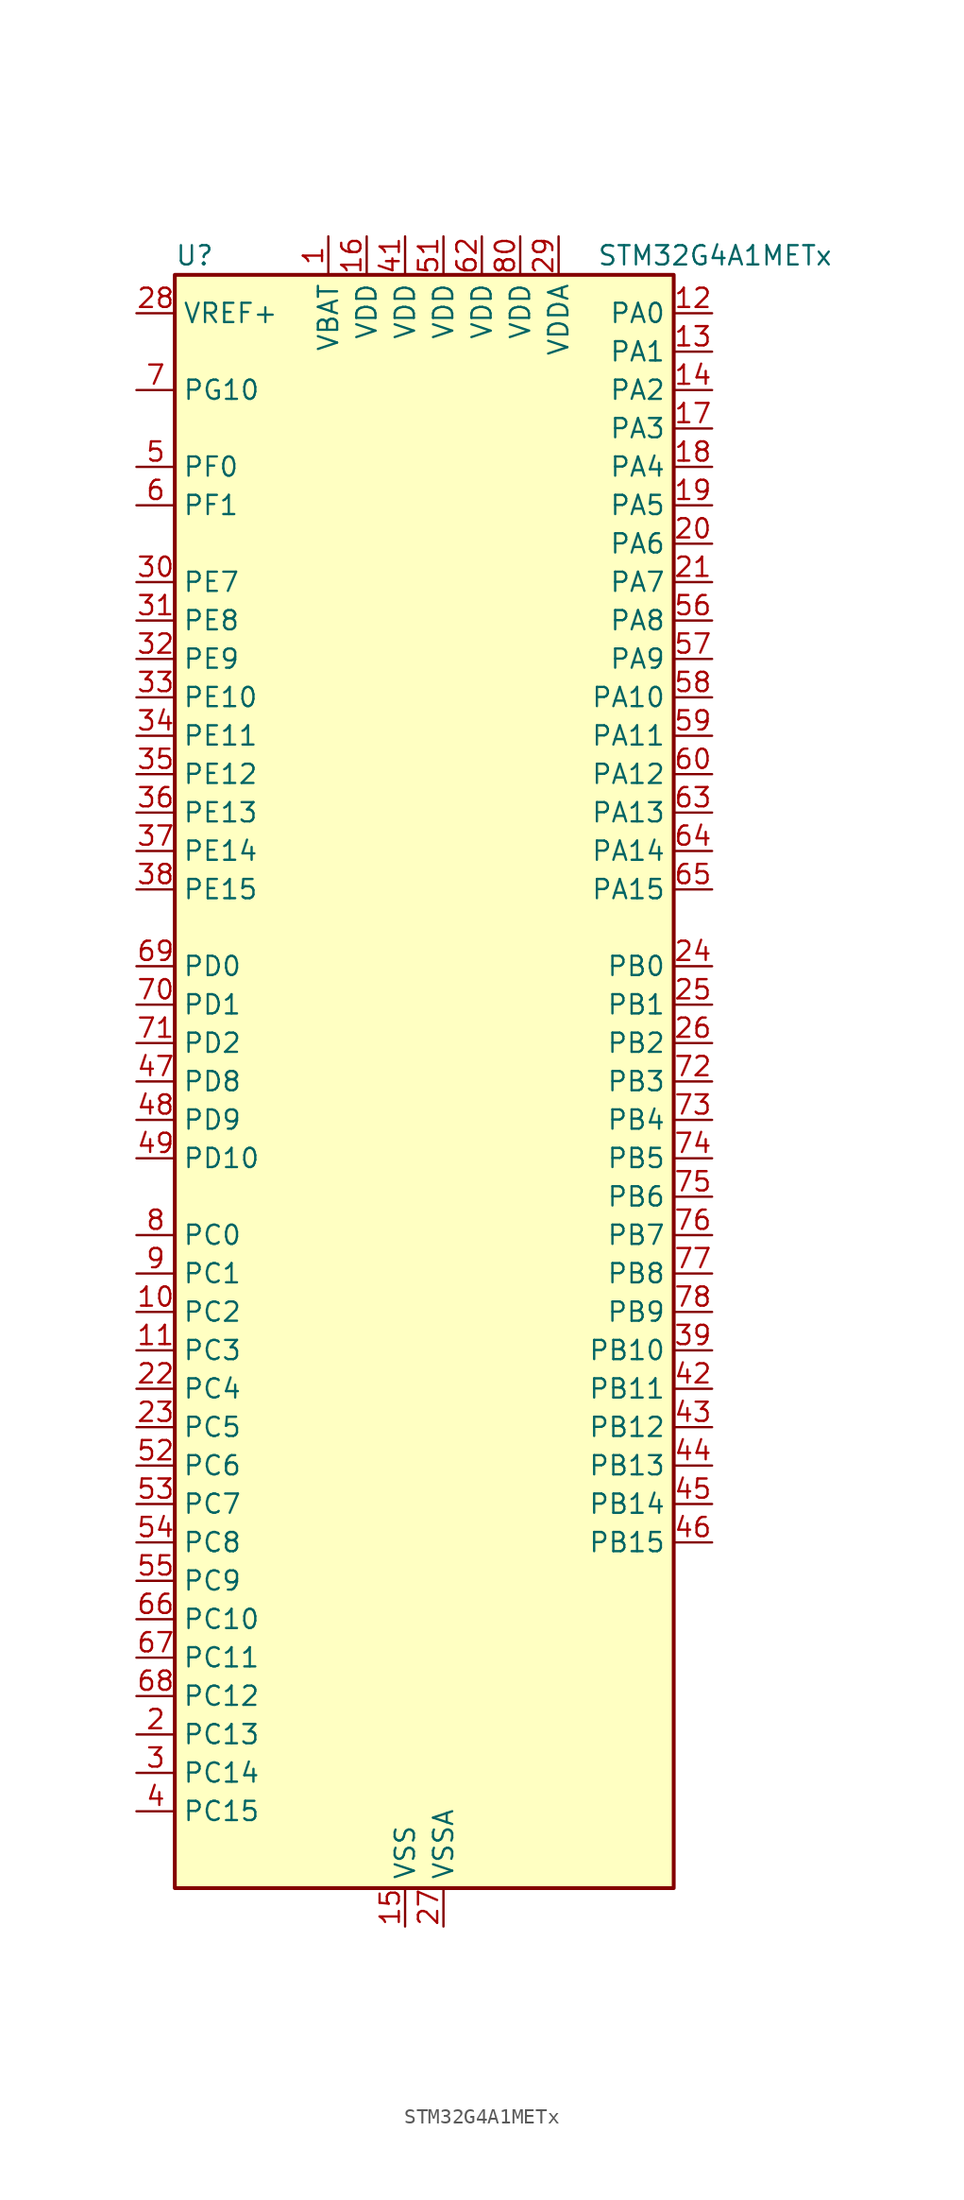
<source format=kicad_sym>
(kicad_symbol_lib
  (version 20220914)
  (generator kicad_symbol_editor)
  (symbol "STM32G4A1METx"
    (property "Reference" "U"
      (at -15.24 54.61 0)
      (effects (font (size 1.27 1.27)) (justify left)))
    (property "Value" "STM32G4A1METx"
      (at 12.7 54.61 0)
      (effects (font (size 1.27 1.27)) (justify left)))
    (property "ki_locked" ""
      (at 0 0 0)
      (effects (font (size 1.27 1.27))))
    (symbol "STM32G4A1METx_0_1"
      (rectangle (start -15.24 -53.34) (end 17.78 53.34) (stroke (width 0.254) (type default)) (fill (type background))))
    (symbol "STM32G4A1METx_1_1"
      (pin power_in line (at -5.08 55.88 270) (length 2.54) (name "VBAT" (effects (font (size 1.27 1.27)))) (number "1" (effects (font (size 1.27 1.27)))))
      (pin bidirectional line (at -17.78 -15.24 0) (length 2.54) (name "PC2" (effects (font (size 1.27 1.27)))) (number "10" (effects (font (size 1.27 1.27)))) (alternate "ADC1_IN8" bidirectional line) (alternate "ADC2_IN8" bidirectional line) (alternate "ADC3_EXTI2" bidirectional line) (alternate "COMP3_OUT" bidirectional line) (alternate "LPTIM1_IN2" bidirectional line) (alternate "QUADSPI1_BK2_IO1" bidirectional line) (alternate "TIM1_CH3" bidirectional line) (alternate "TIM20_CH2" bidirectional line))
      (pin bidirectional line (at -17.78 -17.78 0) (length 2.54) (name "PC3" (effects (font (size 1.27 1.27)))) (number "11" (effects (font (size 1.27 1.27)))) (alternate "ADC1_IN9" bidirectional line) (alternate "ADC2_IN9" bidirectional line) (alternate "ADC3_EXTI3" bidirectional line) (alternate "LPTIM1_ETR" bidirectional line) (alternate "QUADSPI1_BK2_IO2" bidirectional line) (alternate "SAI1_D1" bidirectional line) (alternate "SAI1_SD_A" bidirectional line) (alternate "TIM1_BKIN2" bidirectional line) (alternate "TIM1_CH4" bidirectional line))
      (pin bidirectional line (at 20.32 50.8 180) (length 2.54) (name "PA0" (effects (font (size 1.27 1.27)))) (number "12" (effects (font (size 1.27 1.27)))) (alternate "ADC1_IN1" bidirectional line) (alternate "ADC2_IN1" bidirectional line) (alternate "COMP1_INM" bidirectional line) (alternate "COMP1_OUT" bidirectional line) (alternate "COMP3_INP" bidirectional line) (alternate "RTC_TAMP2" bidirectional line) (alternate "SYS_WKUP1" bidirectional line) (alternate "TIM2_CH1" bidirectional line) (alternate "TIM2_ETR" bidirectional line) (alternate "TIM8_BKIN" bidirectional line) (alternate "TIM8_ETR" bidirectional line) (alternate "USART2_CTS" bidirectional line) (alternate "USART2_NSS" bidirectional line))
      (pin bidirectional line (at 20.32 48.26 180) (length 2.54) (name "PA1" (effects (font (size 1.27 1.27)))) (number "13" (effects (font (size 1.27 1.27)))) (alternate "ADC1_IN2" bidirectional line) (alternate "ADC2_IN2" bidirectional line) (alternate "COMP1_INP" bidirectional line) (alternate "OPAMP1_VINP" bidirectional line) (alternate "OPAMP1_VINP_SEC" bidirectional line) (alternate "OPAMP3_VINP" bidirectional line) (alternate "OPAMP3_VINP_SEC" bidirectional line) (alternate "OPAMP6_VINM" bidirectional line) (alternate "OPAMP6_VINM0" bidirectional line) (alternate "OPAMP6_VINM_SEC" bidirectional line) (alternate "RTC_REFIN" bidirectional line) (alternate "TIM15_CH1N" bidirectional line) (alternate "TIM2_CH2" bidirectional line) (alternate "USART2_DE" bidirectional line) (alternate "USART2_RTS" bidirectional line))
      (pin bidirectional line (at 20.32 45.72 180) (length 2.54) (name "PA2" (effects (font (size 1.27 1.27)))) (number "14" (effects (font (size 1.27 1.27)))) (alternate "ADC1_IN3" bidirectional line) (alternate "ADC3_EXTI2" bidirectional line) (alternate "COMP2_INM" bidirectional line) (alternate "COMP2_OUT" bidirectional line) (alternate "LPUART1_TX" bidirectional line) (alternate "OPAMP1_VOUT" bidirectional line) (alternate "QUADSPI1_BK1_NCS" bidirectional line) (alternate "RCC_LSCO" bidirectional line) (alternate "SYS_WKUP4" bidirectional line) (alternate "TIM15_CH1" bidirectional line) (alternate "TIM2_CH3" bidirectional line) (alternate "UCPD1_FRSTX1" bidirectional line) (alternate "UCPD1_FRSTX2" bidirectional line) (alternate "USART2_TX" bidirectional line))
      (pin power_in line (at 0 -55.88 90) (length 2.54) (name "VSS" (effects (font (size 1.27 1.27)))) (number "15" (effects (font (size 1.27 1.27)))))
      (pin power_in line (at -2.54 55.88 270) (length 2.54) (name "VDD" (effects (font (size 1.27 1.27)))) (number "16" (effects (font (size 1.27 1.27)))))
      (pin bidirectional line (at 20.32 43.18 180) (length 2.54) (name "PA3" (effects (font (size 1.27 1.27)))) (number "17" (effects (font (size 1.27 1.27)))) (alternate "ADC1_IN4" bidirectional line) (alternate "ADC3_EXTI3" bidirectional line) (alternate "COMP2_INP" bidirectional line) (alternate "LPUART1_RX" bidirectional line) (alternate "OPAMP1_VINM" bidirectional line) (alternate "OPAMP1_VINM0" bidirectional line) (alternate "OPAMP1_VINM_SEC" bidirectional line) (alternate "OPAMP1_VINP" bidirectional line) (alternate "OPAMP1_VINP_SEC" bidirectional line) (alternate "QUADSPI1_CLK" bidirectional line) (alternate "SAI1_CK1" bidirectional line) (alternate "SAI1_MCLK_A" bidirectional line) (alternate "TIM15_CH2" bidirectional line) (alternate "TIM2_CH4" bidirectional line) (alternate "USART2_RX" bidirectional line))
      (pin bidirectional line (at 20.32 40.64 180) (length 2.54) (name "PA4" (effects (font (size 1.27 1.27)))) (number "18" (effects (font (size 1.27 1.27)))) (alternate "ADC2_IN17" bidirectional line) (alternate "COMP1_INM" bidirectional line) (alternate "DAC1_OUT1" bidirectional line) (alternate "I2S3_WS" bidirectional line) (alternate "SAI1_FS_B" bidirectional line) (alternate "SPI1_NSS" bidirectional line) (alternate "SPI3_NSS" bidirectional line) (alternate "TIM3_CH2" bidirectional line) (alternate "USART2_CK" bidirectional line))
      (pin bidirectional line (at 20.32 38.1 180) (length 2.54) (name "PA5" (effects (font (size 1.27 1.27)))) (number "19" (effects (font (size 1.27 1.27)))) (alternate "ADC2_IN13" bidirectional line) (alternate "COMP2_INM" bidirectional line) (alternate "DAC1_OUT2" bidirectional line) (alternate "OPAMP2_VINM" bidirectional line) (alternate "OPAMP2_VINM0" bidirectional line) (alternate "OPAMP2_VINM_SEC" bidirectional line) (alternate "SPI1_SCK" bidirectional line) (alternate "TIM2_CH1" bidirectional line) (alternate "TIM2_ETR" bidirectional line) (alternate "UCPD1_FRSTX1" bidirectional line) (alternate "UCPD1_FRSTX2" bidirectional line))
      (pin bidirectional line (at -17.78 -43.18 0) (length 2.54) (name "PC13" (effects (font (size 1.27 1.27)))) (number "2" (effects (font (size 1.27 1.27)))) (alternate "RTC_OUT1" bidirectional line) (alternate "RTC_TAMP1" bidirectional line) (alternate "RTC_TS" bidirectional line) (alternate "SYS_WKUP2" bidirectional line) (alternate "TIM1_BKIN" bidirectional line) (alternate "TIM1_CH1N" bidirectional line) (alternate "TIM8_CH4N" bidirectional line))
      (pin bidirectional line (at 20.32 35.56 180) (length 2.54) (name "PA6" (effects (font (size 1.27 1.27)))) (number "20" (effects (font (size 1.27 1.27)))) (alternate "ADC2_IN3" bidirectional line) (alternate "COMP1_OUT" bidirectional line) (alternate "LPUART1_CTS" bidirectional line) (alternate "OPAMP2_VOUT" bidirectional line) (alternate "QUADSPI1_BK1_IO3" bidirectional line) (alternate "SPI1_MISO" bidirectional line) (alternate "TIM16_CH1" bidirectional line) (alternate "TIM1_BKIN" bidirectional line) (alternate "TIM3_CH1" bidirectional line) (alternate "TIM8_BKIN" bidirectional line))
      (pin bidirectional line (at 20.32 33.02 180) (length 2.54) (name "PA7" (effects (font (size 1.27 1.27)))) (number "21" (effects (font (size 1.27 1.27)))) (alternate "ADC2_IN4" bidirectional line) (alternate "COMP2_INP" bidirectional line) (alternate "COMP2_OUT" bidirectional line) (alternate "OPAMP1_VINP" bidirectional line) (alternate "OPAMP1_VINP_SEC" bidirectional line) (alternate "OPAMP2_VINP" bidirectional line) (alternate "OPAMP2_VINP_SEC" bidirectional line) (alternate "QUADSPI1_BK1_IO2" bidirectional line) (alternate "SPI1_MOSI" bidirectional line) (alternate "TIM17_CH1" bidirectional line) (alternate "TIM1_CH1N" bidirectional line) (alternate "TIM3_CH2" bidirectional line) (alternate "TIM8_CH1N" bidirectional line) (alternate "UCPD1_FRSTX1" bidirectional line) (alternate "UCPD1_FRSTX2" bidirectional line))
      (pin bidirectional line (at -17.78 -20.32 0) (length 2.54) (name "PC4" (effects (font (size 1.27 1.27)))) (number "22" (effects (font (size 1.27 1.27)))) (alternate "ADC2_IN5" bidirectional line) (alternate "I2C2_SCL" bidirectional line) (alternate "QUADSPI1_BK2_IO3" bidirectional line) (alternate "TIM1_ETR" bidirectional line) (alternate "USART1_TX" bidirectional line))
      (pin bidirectional line (at -17.78 -22.86 0) (length 2.54) (name "PC5" (effects (font (size 1.27 1.27)))) (number "23" (effects (font (size 1.27 1.27)))) (alternate "ADC2_IN11" bidirectional line) (alternate "OPAMP1_VINM" bidirectional line) (alternate "OPAMP1_VINM1" bidirectional line) (alternate "OPAMP1_VINM_SEC" bidirectional line) (alternate "OPAMP2_VINM" bidirectional line) (alternate "OPAMP2_VINM1" bidirectional line) (alternate "OPAMP2_VINM_SEC" bidirectional line) (alternate "SAI1_D3" bidirectional line) (alternate "SYS_WKUP5" bidirectional line) (alternate "TIM15_BKIN" bidirectional line) (alternate "TIM1_CH4N" bidirectional line) (alternate "USART1_RX" bidirectional line))
      (pin bidirectional line (at 20.32 7.62 180) (length 2.54) (name "PB0" (effects (font (size 1.27 1.27)))) (number "24" (effects (font (size 1.27 1.27)))) (alternate "ADC1_IN15" bidirectional line) (alternate "ADC3_IN12" bidirectional line) (alternate "COMP4_INP" bidirectional line) (alternate "OPAMP2_VINP" bidirectional line) (alternate "OPAMP2_VINP_SEC" bidirectional line) (alternate "OPAMP3_VINP" bidirectional line) (alternate "OPAMP3_VINP_SEC" bidirectional line) (alternate "QUADSPI1_BK1_IO1" bidirectional line) (alternate "TIM1_CH2N" bidirectional line) (alternate "TIM3_CH3" bidirectional line) (alternate "TIM8_CH2N" bidirectional line) (alternate "UCPD1_FRSTX1" bidirectional line) (alternate "UCPD1_FRSTX2" bidirectional line))
      (pin bidirectional line (at 20.32 5.08 180) (length 2.54) (name "PB1" (effects (font (size 1.27 1.27)))) (number "25" (effects (font (size 1.27 1.27)))) (alternate "ADC1_IN12" bidirectional line) (alternate "ADC3_IN1" bidirectional line) (alternate "COMP1_INP" bidirectional line) (alternate "COMP4_OUT" bidirectional line) (alternate "LPUART1_DE" bidirectional line) (alternate "LPUART1_RTS" bidirectional line) (alternate "OPAMP3_VOUT" bidirectional line) (alternate "OPAMP6_VINM" bidirectional line) (alternate "OPAMP6_VINM1" bidirectional line) (alternate "OPAMP6_VINM_SEC" bidirectional line) (alternate "QUADSPI1_BK1_IO0" bidirectional line) (alternate "TIM1_CH3N" bidirectional line) (alternate "TIM3_CH4" bidirectional line) (alternate "TIM8_CH3N" bidirectional line))
      (pin bidirectional line (at 20.32 2.54 180) (length 2.54) (name "PB2" (effects (font (size 1.27 1.27)))) (number "26" (effects (font (size 1.27 1.27)))) (alternate "ADC2_IN12" bidirectional line) (alternate "ADC3_EXTI2" bidirectional line) (alternate "COMP4_INM" bidirectional line) (alternate "I2C3_SMBA" bidirectional line) (alternate "LPTIM1_OUT" bidirectional line) (alternate "OPAMP3_VINM" bidirectional line) (alternate "OPAMP3_VINM0" bidirectional line) (alternate "OPAMP3_VINM_SEC" bidirectional line) (alternate "QUADSPI1_BK2_IO1" bidirectional line) (alternate "RTC_OUT2" bidirectional line) (alternate "TIM20_CH1" bidirectional line))
      (pin power_in line (at 2.54 -55.88 90) (length 2.54) (name "VSSA" (effects (font (size 1.27 1.27)))) (number "27" (effects (font (size 1.27 1.27)))))
      (pin input line (at -17.78 50.8 0) (length 2.54) (name "VREF+" (effects (font (size 1.27 1.27)))) (number "28" (effects (font (size 1.27 1.27)))) (alternate "VREFBUF_OUT" bidirectional line))
      (pin power_in line (at 10.16 55.88 270) (length 2.54) (name "VDDA" (effects (font (size 1.27 1.27)))) (number "29" (effects (font (size 1.27 1.27)))))
      (pin bidirectional line (at -17.78 -45.72 0) (length 2.54) (name "PC14" (effects (font (size 1.27 1.27)))) (number "3" (effects (font (size 1.27 1.27)))) (alternate "RCC_OSC32_IN" bidirectional line))
      (pin bidirectional line (at -17.78 33.02 0) (length 2.54) (name "PE7" (effects (font (size 1.27 1.27)))) (number "30" (effects (font (size 1.27 1.27)))) (alternate "ADC3_IN4" bidirectional line) (alternate "COMP4_INP" bidirectional line) (alternate "SAI1_SD_B" bidirectional line) (alternate "TIM1_ETR" bidirectional line))
      (pin bidirectional line (at -17.78 30.48 0) (length 2.54) (name "PE8" (effects (font (size 1.27 1.27)))) (number "31" (effects (font (size 1.27 1.27)))) (alternate "ADC3_IN6" bidirectional line) (alternate "COMP4_INM" bidirectional line) (alternate "SAI1_SCK_B" bidirectional line) (alternate "TIM1_CH1N" bidirectional line))
      (pin bidirectional line (at -17.78 27.94 0) (length 2.54) (name "PE9" (effects (font (size 1.27 1.27)))) (number "32" (effects (font (size 1.27 1.27)))) (alternate "ADC3_IN2" bidirectional line) (alternate "DAC1_EXTI9" bidirectional line) (alternate "DAC3_EXTI9" bidirectional line) (alternate "SAI1_FS_B" bidirectional line) (alternate "TIM1_CH1" bidirectional line))
      (pin bidirectional line (at -17.78 25.4 0) (length 2.54) (name "PE10" (effects (font (size 1.27 1.27)))) (number "33" (effects (font (size 1.27 1.27)))) (alternate "ADC3_IN14" bidirectional line) (alternate "DAC1_EXTI10" bidirectional line) (alternate "DAC3_EXTI10" bidirectional line) (alternate "QUADSPI1_CLK" bidirectional line) (alternate "SAI1_MCLK_B" bidirectional line) (alternate "TIM1_CH2N" bidirectional line))
      (pin bidirectional line (at -17.78 22.86 0) (length 2.54) (name "PE11" (effects (font (size 1.27 1.27)))) (number "34" (effects (font (size 1.27 1.27)))) (alternate "ADC1_EXTI11" bidirectional line) (alternate "ADC2_EXTI11" bidirectional line) (alternate "ADC3_IN15" bidirectional line) (alternate "QUADSPI1_BK1_NCS" bidirectional line) (alternate "TIM1_CH2" bidirectional line))
      (pin bidirectional line (at -17.78 20.32 0) (length 2.54) (name "PE12" (effects (font (size 1.27 1.27)))) (number "35" (effects (font (size 1.27 1.27)))) (alternate "ADC3_IN16" bidirectional line) (alternate "QUADSPI1_BK1_IO0" bidirectional line) (alternate "TIM1_CH3N" bidirectional line))
      (pin bidirectional line (at -17.78 17.78 0) (length 2.54) (name "PE13" (effects (font (size 1.27 1.27)))) (number "36" (effects (font (size 1.27 1.27)))) (alternate "ADC3_IN3" bidirectional line) (alternate "QUADSPI1_BK1_IO1" bidirectional line) (alternate "TIM1_CH3" bidirectional line))
      (pin bidirectional line (at -17.78 15.24 0) (length 2.54) (name "PE14" (effects (font (size 1.27 1.27)))) (number "37" (effects (font (size 1.27 1.27)))) (alternate "QUADSPI1_BK1_IO2" bidirectional line) (alternate "TIM1_BKIN2" bidirectional line) (alternate "TIM1_CH4" bidirectional line))
      (pin bidirectional line (at -17.78 12.7 0) (length 2.54) (name "PE15" (effects (font (size 1.27 1.27)))) (number "38" (effects (font (size 1.27 1.27)))) (alternate "ADC1_EXTI15" bidirectional line) (alternate "ADC2_EXTI15" bidirectional line) (alternate "QUADSPI1_BK1_IO3" bidirectional line) (alternate "TIM1_BKIN" bidirectional line) (alternate "TIM1_CH4N" bidirectional line) (alternate "USART3_RX" bidirectional line))
      (pin bidirectional line (at 20.32 -17.78 180) (length 2.54) (name "PB10" (effects (font (size 1.27 1.27)))) (number "39" (effects (font (size 1.27 1.27)))) (alternate "DAC1_EXTI10" bidirectional line) (alternate "DAC3_EXTI10" bidirectional line) (alternate "LPUART1_RX" bidirectional line) (alternate "OPAMP3_VINM" bidirectional line) (alternate "OPAMP3_VINM1" bidirectional line) (alternate "OPAMP3_VINM_SEC" bidirectional line) (alternate "QUADSPI1_CLK" bidirectional line) (alternate "SAI1_SCK_A" bidirectional line) (alternate "TIM1_BKIN" bidirectional line) (alternate "TIM2_CH3" bidirectional line) (alternate "USART3_TX" bidirectional line))
      (pin bidirectional line (at -17.78 -48.26 0) (length 2.54) (name "PC15" (effects (font (size 1.27 1.27)))) (number "4" (effects (font (size 1.27 1.27)))) (alternate "ADC1_EXTI15" bidirectional line) (alternate "ADC2_EXTI15" bidirectional line) (alternate "RCC_OSC32_OUT" bidirectional line))
      (pin passive line (at 0 -55.88 90) (length 2.54) hide (name "VSS" (effects (font (size 1.27 1.27)))) (number "40" (effects (font (size 1.27 1.27)))))
      (pin power_in line (at 0 55.88 270) (length 2.54) (name "VDD" (effects (font (size 1.27 1.27)))) (number "41" (effects (font (size 1.27 1.27)))))
      (pin bidirectional line (at 20.32 -20.32 180) (length 2.54) (name "PB11" (effects (font (size 1.27 1.27)))) (number "42" (effects (font (size 1.27 1.27)))) (alternate "ADC1_EXTI11" bidirectional line) (alternate "ADC1_IN14" bidirectional line) (alternate "ADC2_EXTI11" bidirectional line) (alternate "ADC2_IN14" bidirectional line) (alternate "LPUART1_TX" bidirectional line) (alternate "OPAMP6_VOUT" bidirectional line) (alternate "QUADSPI1_BK1_NCS" bidirectional line) (alternate "TIM2_CH4" bidirectional line) (alternate "USART3_RX" bidirectional line))
      (pin bidirectional line (at 20.32 -22.86 180) (length 2.54) (name "PB12" (effects (font (size 1.27 1.27)))) (number "43" (effects (font (size 1.27 1.27)))) (alternate "ADC1_IN11" bidirectional line) (alternate "FDCAN2_RX" bidirectional line) (alternate "I2C2_SMBA" bidirectional line) (alternate "I2S2_WS" bidirectional line) (alternate "LPUART1_DE" bidirectional line) (alternate "LPUART1_RTS" bidirectional line) (alternate "OPAMP6_VINP" bidirectional line) (alternate "OPAMP6_VINP_SEC" bidirectional line) (alternate "SPI2_NSS" bidirectional line) (alternate "TIM1_BKIN" bidirectional line) (alternate "USART3_CK" bidirectional line))
      (pin bidirectional line (at 20.32 -25.4 180) (length 2.54) (name "PB13" (effects (font (size 1.27 1.27)))) (number "44" (effects (font (size 1.27 1.27)))) (alternate "ADC3_IN5" bidirectional line) (alternate "FDCAN2_TX" bidirectional line) (alternate "I2S2_CK" bidirectional line) (alternate "LPUART1_CTS" bidirectional line) (alternate "OPAMP3_VINP" bidirectional line) (alternate "OPAMP3_VINP_SEC" bidirectional line) (alternate "OPAMP6_VINP" bidirectional line) (alternate "OPAMP6_VINP_SEC" bidirectional line) (alternate "SPI2_SCK" bidirectional line) (alternate "TIM1_CH1N" bidirectional line) (alternate "USART3_CTS" bidirectional line) (alternate "USART3_NSS" bidirectional line))
      (pin bidirectional line (at 20.32 -27.94 180) (length 2.54) (name "PB14" (effects (font (size 1.27 1.27)))) (number "45" (effects (font (size 1.27 1.27)))) (alternate "ADC1_IN5" bidirectional line) (alternate "COMP4_OUT" bidirectional line) (alternate "OPAMP2_VINP" bidirectional line) (alternate "OPAMP2_VINP_SEC" bidirectional line) (alternate "SPI2_MISO" bidirectional line) (alternate "TIM15_CH1" bidirectional line) (alternate "TIM1_CH2N" bidirectional line) (alternate "USART3_DE" bidirectional line) (alternate "USART3_RTS" bidirectional line))
      (pin bidirectional line (at 20.32 -30.48 180) (length 2.54) (name "PB15" (effects (font (size 1.27 1.27)))) (number "46" (effects (font (size 1.27 1.27)))) (alternate "ADC1_EXTI15" bidirectional line) (alternate "ADC2_EXTI15" bidirectional line) (alternate "ADC2_IN15" bidirectional line) (alternate "COMP3_OUT" bidirectional line) (alternate "I2S2_SD" bidirectional line) (alternate "RTC_REFIN" bidirectional line) (alternate "SPI2_MOSI" bidirectional line) (alternate "TIM15_CH1N" bidirectional line) (alternate "TIM15_CH2" bidirectional line) (alternate "TIM1_CH3N" bidirectional line))
      (pin bidirectional line (at -17.78 0 0) (length 2.54) (name "PD8" (effects (font (size 1.27 1.27)))) (number "47" (effects (font (size 1.27 1.27)))) (alternate "USART3_TX" bidirectional line))
      (pin bidirectional line (at -17.78 -2.54 0) (length 2.54) (name "PD9" (effects (font (size 1.27 1.27)))) (number "48" (effects (font (size 1.27 1.27)))) (alternate "DAC1_EXTI9" bidirectional line) (alternate "DAC3_EXTI9" bidirectional line) (alternate "OPAMP6_VINP" bidirectional line) (alternate "OPAMP6_VINP_SEC" bidirectional line) (alternate "USART3_RX" bidirectional line))
      (pin bidirectional line (at -17.78 -5.08 0) (length 2.54) (name "PD10" (effects (font (size 1.27 1.27)))) (number "49" (effects (font (size 1.27 1.27)))) (alternate "ADC3_IN7" bidirectional line) (alternate "DAC1_EXTI10" bidirectional line) (alternate "DAC3_EXTI10" bidirectional line) (alternate "USART3_CK" bidirectional line))
      (pin bidirectional line (at -17.78 40.64 0) (length 2.54) (name "PF0" (effects (font (size 1.27 1.27)))) (number "5" (effects (font (size 1.27 1.27)))) (alternate "ADC1_IN10" bidirectional line) (alternate "I2C2_SDA" bidirectional line) (alternate "I2S2_WS" bidirectional line) (alternate "RCC_OSC_IN" bidirectional line) (alternate "SPI2_NSS" bidirectional line) (alternate "TIM1_CH3N" bidirectional line))
      (pin passive line (at 0 -55.88 90) (length 2.54) hide (name "VSS" (effects (font (size 1.27 1.27)))) (number "50" (effects (font (size 1.27 1.27)))))
      (pin power_in line (at 2.54 55.88 270) (length 2.54) (name "VDD" (effects (font (size 1.27 1.27)))) (number "51" (effects (font (size 1.27 1.27)))))
      (pin bidirectional line (at -17.78 -25.4 0) (length 2.54) (name "PC6" (effects (font (size 1.27 1.27)))) (number "52" (effects (font (size 1.27 1.27)))) (alternate "I2S2_MCK" bidirectional line) (alternate "TIM3_CH1" bidirectional line) (alternate "TIM8_CH1" bidirectional line))
      (pin bidirectional line (at -17.78 -27.94 0) (length 2.54) (name "PC7" (effects (font (size 1.27 1.27)))) (number "53" (effects (font (size 1.27 1.27)))) (alternate "I2S3_MCK" bidirectional line) (alternate "TIM3_CH2" bidirectional line) (alternate "TIM8_CH2" bidirectional line))
      (pin bidirectional line (at -17.78 -30.48 0) (length 2.54) (name "PC8" (effects (font (size 1.27 1.27)))) (number "54" (effects (font (size 1.27 1.27)))) (alternate "I2C3_SCL" bidirectional line) (alternate "TIM20_CH3" bidirectional line) (alternate "TIM3_CH3" bidirectional line) (alternate "TIM8_CH3" bidirectional line))
      (pin bidirectional line (at -17.78 -33.02 0) (length 2.54) (name "PC9" (effects (font (size 1.27 1.27)))) (number "55" (effects (font (size 1.27 1.27)))) (alternate "DAC1_EXTI9" bidirectional line) (alternate "DAC3_EXTI9" bidirectional line) (alternate "I2C3_SDA" bidirectional line) (alternate "I2S_CKIN" bidirectional line) (alternate "TIM3_CH4" bidirectional line) (alternate "TIM8_BKIN2" bidirectional line) (alternate "TIM8_CH4" bidirectional line))
      (pin bidirectional line (at 20.32 30.48 180) (length 2.54) (name "PA8" (effects (font (size 1.27 1.27)))) (number "56" (effects (font (size 1.27 1.27)))) (alternate "I2C2_SDA" bidirectional line) (alternate "I2C3_SCL" bidirectional line) (alternate "I2S2_MCK" bidirectional line) (alternate "RCC_MCO" bidirectional line) (alternate "SAI1_CK2" bidirectional line) (alternate "SAI1_SCK_A" bidirectional line) (alternate "TIM1_CH1" bidirectional line) (alternate "TIM4_ETR" bidirectional line) (alternate "USART1_CK" bidirectional line))
      (pin bidirectional line (at 20.32 27.94 180) (length 2.54) (name "PA9" (effects (font (size 1.27 1.27)))) (number "57" (effects (font (size 1.27 1.27)))) (alternate "DAC1_EXTI9" bidirectional line) (alternate "DAC3_EXTI9" bidirectional line) (alternate "I2C2_SCL" bidirectional line) (alternate "I2C3_SMBA" bidirectional line) (alternate "I2S3_MCK" bidirectional line) (alternate "SAI1_FS_A" bidirectional line) (alternate "TIM15_BKIN" bidirectional line) (alternate "TIM1_CH2" bidirectional line) (alternate "TIM2_CH3" bidirectional line) (alternate "UCPD1_DBCC1" bidirectional line) (alternate "USART1_TX" bidirectional line))
      (pin bidirectional line (at 20.32 25.4 180) (length 2.54) (name "PA10" (effects (font (size 1.27 1.27)))) (number "58" (effects (font (size 1.27 1.27)))) (alternate "CRS_SYNC" bidirectional line) (alternate "DAC1_EXTI10" bidirectional line) (alternate "DAC3_EXTI10" bidirectional line) (alternate "I2C2_SMBA" bidirectional line) (alternate "SAI1_D1" bidirectional line) (alternate "SAI1_SD_A" bidirectional line) (alternate "SPI2_MISO" bidirectional line) (alternate "TIM17_BKIN" bidirectional line) (alternate "TIM1_CH3" bidirectional line) (alternate "TIM2_CH4" bidirectional line) (alternate "TIM8_BKIN" bidirectional line) (alternate "UCPD1_DBCC2" bidirectional line) (alternate "USART1_RX" bidirectional line))
      (pin bidirectional line (at 20.32 22.86 180) (length 2.54) (name "PA11" (effects (font (size 1.27 1.27)))) (number "59" (effects (font (size 1.27 1.27)))) (alternate "ADC1_EXTI11" bidirectional line) (alternate "ADC2_EXTI11" bidirectional line) (alternate "COMP1_OUT" bidirectional line) (alternate "FDCAN1_RX" bidirectional line) (alternate "I2S2_SD" bidirectional line) (alternate "SPI2_MOSI" bidirectional line) (alternate "TIM1_BKIN2" bidirectional line) (alternate "TIM1_CH1N" bidirectional line) (alternate "TIM1_CH4" bidirectional line) (alternate "TIM4_CH1" bidirectional line) (alternate "USART1_CTS" bidirectional line) (alternate "USART1_NSS" bidirectional line) (alternate "USB_DM" bidirectional line))
      (pin bidirectional line (at -17.78 38.1 0) (length 2.54) (name "PF1" (effects (font (size 1.27 1.27)))) (number "6" (effects (font (size 1.27 1.27)))) (alternate "ADC2_IN10" bidirectional line) (alternate "COMP3_INM" bidirectional line) (alternate "I2S2_CK" bidirectional line) (alternate "RCC_OSC_OUT" bidirectional line) (alternate "SPI2_SCK" bidirectional line))
      (pin bidirectional line (at 20.32 20.32 180) (length 2.54) (name "PA12" (effects (font (size 1.27 1.27)))) (number "60" (effects (font (size 1.27 1.27)))) (alternate "COMP2_OUT" bidirectional line) (alternate "FDCAN1_TX" bidirectional line) (alternate "I2S_CKIN" bidirectional line) (alternate "TIM16_CH1" bidirectional line) (alternate "TIM1_CH2N" bidirectional line) (alternate "TIM1_ETR" bidirectional line) (alternate "TIM4_CH2" bidirectional line) (alternate "USART1_DE" bidirectional line) (alternate "USART1_RTS" bidirectional line) (alternate "USB_DP" bidirectional line))
      (pin passive line (at 0 -55.88 90) (length 2.54) hide (name "VSS" (effects (font (size 1.27 1.27)))) (number "61" (effects (font (size 1.27 1.27)))))
      (pin power_in line (at 5.08 55.88 270) (length 2.54) (name "VDD" (effects (font (size 1.27 1.27)))) (number "62" (effects (font (size 1.27 1.27)))))
      (pin bidirectional line (at 20.32 17.78 180) (length 2.54) (name "PA13" (effects (font (size 1.27 1.27)))) (number "63" (effects (font (size 1.27 1.27)))) (alternate "I2C1_SCL" bidirectional line) (alternate "IR_OUT" bidirectional line) (alternate "SAI1_SD_B" bidirectional line) (alternate "SYS_JTMS-SWDIO" bidirectional line) (alternate "TIM16_CH1N" bidirectional line) (alternate "TIM4_CH3" bidirectional line) (alternate "USART3_CTS" bidirectional line) (alternate "USART3_NSS" bidirectional line))
      (pin bidirectional line (at 20.32 15.24 180) (length 2.54) (name "PA14" (effects (font (size 1.27 1.27)))) (number "64" (effects (font (size 1.27 1.27)))) (alternate "I2C1_SDA" bidirectional line) (alternate "LPTIM1_OUT" bidirectional line) (alternate "SAI1_FS_B" bidirectional line) (alternate "SYS_JTCK-SWCLK" bidirectional line) (alternate "TIM1_BKIN" bidirectional line) (alternate "TIM8_CH2" bidirectional line) (alternate "USART2_TX" bidirectional line))
      (pin bidirectional line (at 20.32 12.7 180) (length 2.54) (name "PA15" (effects (font (size 1.27 1.27)))) (number "65" (effects (font (size 1.27 1.27)))) (alternate "ADC1_EXTI15" bidirectional line) (alternate "ADC2_EXTI15" bidirectional line) (alternate "I2C1_SCL" bidirectional line) (alternate "I2S3_WS" bidirectional line) (alternate "SPI1_NSS" bidirectional line) (alternate "SPI3_NSS" bidirectional line) (alternate "SYS_JTDI" bidirectional line) (alternate "TIM1_BKIN" bidirectional line) (alternate "TIM20_ETR" bidirectional line) (alternate "TIM2_CH1" bidirectional line) (alternate "TIM2_ETR" bidirectional line) (alternate "TIM8_CH1" bidirectional line) (alternate "UART4_DE" bidirectional line) (alternate "UART4_RTS" bidirectional line) (alternate "USART2_RX" bidirectional line))
      (pin bidirectional line (at -17.78 -35.56 0) (length 2.54) (name "PC10" (effects (font (size 1.27 1.27)))) (number "66" (effects (font (size 1.27 1.27)))) (alternate "DAC1_EXTI10" bidirectional line) (alternate "DAC3_EXTI10" bidirectional line) (alternate "I2S3_CK" bidirectional line) (alternate "SPI3_SCK" bidirectional line) (alternate "TIM8_CH1N" bidirectional line) (alternate "UART4_TX" bidirectional line) (alternate "USART3_TX" bidirectional line))
      (pin bidirectional line (at -17.78 -38.1 0) (length 2.54) (name "PC11" (effects (font (size 1.27 1.27)))) (number "67" (effects (font (size 1.27 1.27)))) (alternate "ADC1_EXTI11" bidirectional line) (alternate "ADC2_EXTI11" bidirectional line) (alternate "I2C3_SDA" bidirectional line) (alternate "SPI3_MISO" bidirectional line) (alternate "TIM8_CH2N" bidirectional line) (alternate "UART4_RX" bidirectional line) (alternate "USART3_RX" bidirectional line))
      (pin bidirectional line (at -17.78 -40.64 0) (length 2.54) (name "PC12" (effects (font (size 1.27 1.27)))) (number "68" (effects (font (size 1.27 1.27)))) (alternate "I2S3_SD" bidirectional line) (alternate "SPI3_MOSI" bidirectional line) (alternate "TIM8_CH3N" bidirectional line) (alternate "UART5_TX" bidirectional line) (alternate "UCPD1_FRSTX1" bidirectional line) (alternate "UCPD1_FRSTX2" bidirectional line) (alternate "USART3_CK" bidirectional line))
      (pin bidirectional line (at -17.78 7.62 0) (length 2.54) (name "PD0" (effects (font (size 1.27 1.27)))) (number "69" (effects (font (size 1.27 1.27)))) (alternate "FDCAN1_RX" bidirectional line) (alternate "TIM8_CH4N" bidirectional line))
      (pin bidirectional line (at -17.78 45.72 0) (length 2.54) (name "PG10" (effects (font (size 1.27 1.27)))) (number "7" (effects (font (size 1.27 1.27)))) (alternate "DAC1_EXTI10" bidirectional line) (alternate "DAC3_EXTI10" bidirectional line) (alternate "RCC_MCO" bidirectional line))
      (pin bidirectional line (at -17.78 5.08 0) (length 2.54) (name "PD1" (effects (font (size 1.27 1.27)))) (number "70" (effects (font (size 1.27 1.27)))) (alternate "FDCAN1_TX" bidirectional line) (alternate "TIM8_BKIN2" bidirectional line) (alternate "TIM8_CH4" bidirectional line))
      (pin bidirectional line (at -17.78 2.54 0) (length 2.54) (name "PD2" (effects (font (size 1.27 1.27)))) (number "71" (effects (font (size 1.27 1.27)))) (alternate "ADC3_EXTI2" bidirectional line) (alternate "TIM3_ETR" bidirectional line) (alternate "TIM8_BKIN" bidirectional line) (alternate "UART5_RX" bidirectional line))
      (pin bidirectional line (at 20.32 0 180) (length 2.54) (name "PB3" (effects (font (size 1.27 1.27)))) (number "72" (effects (font (size 1.27 1.27)))) (alternate "ADC3_EXTI3" bidirectional line) (alternate "CRS_SYNC" bidirectional line) (alternate "I2S3_CK" bidirectional line) (alternate "SAI1_SCK_B" bidirectional line) (alternate "SPI1_SCK" bidirectional line) (alternate "SPI3_SCK" bidirectional line) (alternate "SYS_JTDO-SWO" bidirectional line) (alternate "TIM2_CH2" bidirectional line) (alternate "TIM3_ETR" bidirectional line) (alternate "TIM4_ETR" bidirectional line) (alternate "TIM8_CH1N" bidirectional line) (alternate "USART2_TX" bidirectional line))
      (pin bidirectional line (at 20.32 -2.54 180) (length 2.54) (name "PB4" (effects (font (size 1.27 1.27)))) (number "73" (effects (font (size 1.27 1.27)))) (alternate "SAI1_MCLK_B" bidirectional line) (alternate "SPI1_MISO" bidirectional line) (alternate "SPI3_MISO" bidirectional line) (alternate "SYS_JTRST" bidirectional line) (alternate "TIM16_CH1" bidirectional line) (alternate "TIM17_BKIN" bidirectional line) (alternate "TIM3_CH1" bidirectional line) (alternate "TIM8_CH2N" bidirectional line) (alternate "UART5_DE" bidirectional line) (alternate "UART5_RTS" bidirectional line) (alternate "UCPD1_CC2" bidirectional line) (alternate "USART2_RX" bidirectional line))
      (pin bidirectional line (at 20.32 -5.08 180) (length 2.54) (name "PB5" (effects (font (size 1.27 1.27)))) (number "74" (effects (font (size 1.27 1.27)))) (alternate "FDCAN2_RX" bidirectional line) (alternate "I2C1_SMBA" bidirectional line) (alternate "I2C3_SDA" bidirectional line) (alternate "I2S3_SD" bidirectional line) (alternate "LPTIM1_IN1" bidirectional line) (alternate "SAI1_SD_B" bidirectional line) (alternate "SPI1_MOSI" bidirectional line) (alternate "SPI3_MOSI" bidirectional line) (alternate "TIM16_BKIN" bidirectional line) (alternate "TIM17_CH1" bidirectional line) (alternate "TIM3_CH2" bidirectional line) (alternate "TIM8_CH3N" bidirectional line) (alternate "UART5_CTS" bidirectional line) (alternate "USART2_CK" bidirectional line))
      (pin bidirectional line (at 20.32 -7.62 180) (length 2.54) (name "PB6" (effects (font (size 1.27 1.27)))) (number "75" (effects (font (size 1.27 1.27)))) (alternate "COMP4_OUT" bidirectional line) (alternate "FDCAN2_TX" bidirectional line) (alternate "LPTIM1_ETR" bidirectional line) (alternate "SAI1_FS_B" bidirectional line) (alternate "TIM16_CH1N" bidirectional line) (alternate "TIM4_CH1" bidirectional line) (alternate "TIM8_BKIN2" bidirectional line) (alternate "TIM8_CH1" bidirectional line) (alternate "TIM8_ETR" bidirectional line) (alternate "UCPD1_CC1" bidirectional line) (alternate "USART1_TX" bidirectional line))
      (pin bidirectional line (at 20.32 -10.16 180) (length 2.54) (name "PB7" (effects (font (size 1.27 1.27)))) (number "76" (effects (font (size 1.27 1.27)))) (alternate "COMP3_OUT" bidirectional line) (alternate "I2C1_SDA" bidirectional line) (alternate "LPTIM1_IN2" bidirectional line) (alternate "SYS_PVD_IN" bidirectional line) (alternate "TIM17_CH1N" bidirectional line) (alternate "TIM3_CH4" bidirectional line) (alternate "TIM4_CH2" bidirectional line) (alternate "TIM8_BKIN" bidirectional line) (alternate "UART4_CTS" bidirectional line) (alternate "USART1_RX" bidirectional line))
      (pin bidirectional line (at 20.32 -12.7 180) (length 2.54) (name "PB8" (effects (font (size 1.27 1.27)))) (number "77" (effects (font (size 1.27 1.27)))) (alternate "COMP1_OUT" bidirectional line) (alternate "FDCAN1_RX" bidirectional line) (alternate "I2C1_SCL" bidirectional line) (alternate "SAI1_CK1" bidirectional line) (alternate "SAI1_MCLK_A" bidirectional line) (alternate "TIM16_CH1" bidirectional line) (alternate "TIM1_BKIN" bidirectional line) (alternate "TIM4_CH3" bidirectional line) (alternate "TIM8_CH2" bidirectional line) (alternate "USART3_RX" bidirectional line))
      (pin bidirectional line (at 20.32 -15.24 180) (length 2.54) (name "PB9" (effects (font (size 1.27 1.27)))) (number "78" (effects (font (size 1.27 1.27)))) (alternate "COMP2_OUT" bidirectional line) (alternate "DAC1_EXTI9" bidirectional line) (alternate "DAC3_EXTI9" bidirectional line) (alternate "FDCAN1_TX" bidirectional line) (alternate "I2C1_SDA" bidirectional line) (alternate "IR_OUT" bidirectional line) (alternate "SAI1_D2" bidirectional line) (alternate "SAI1_FS_A" bidirectional line) (alternate "TIM17_CH1" bidirectional line) (alternate "TIM1_CH3N" bidirectional line) (alternate "TIM4_CH4" bidirectional line) (alternate "TIM8_CH3" bidirectional line) (alternate "USART3_TX" bidirectional line))
      (pin passive line (at 0 -55.88 90) (length 2.54) hide (name "VSS" (effects (font (size 1.27 1.27)))) (number "79" (effects (font (size 1.27 1.27)))))
      (pin bidirectional line (at -17.78 -10.16 0) (length 2.54) (name "PC0" (effects (font (size 1.27 1.27)))) (number "8" (effects (font (size 1.27 1.27)))) (alternate "ADC1_IN6" bidirectional line) (alternate "ADC2_IN6" bidirectional line) (alternate "COMP3_INM" bidirectional line) (alternate "LPTIM1_IN1" bidirectional line) (alternate "LPUART1_RX" bidirectional line) (alternate "TIM1_CH1" bidirectional line))
      (pin power_in line (at 7.62 55.88 270) (length 2.54) (name "VDD" (effects (font (size 1.27 1.27)))) (number "80" (effects (font (size 1.27 1.27)))))
      (pin bidirectional line (at -17.78 -12.7 0) (length 2.54) (name "PC1" (effects (font (size 1.27 1.27)))) (number "9" (effects (font (size 1.27 1.27)))) (alternate "ADC1_IN7" bidirectional line) (alternate "ADC2_IN7" bidirectional line) (alternate "COMP3_INP" bidirectional line) (alternate "LPTIM1_OUT" bidirectional line) (alternate "LPUART1_TX" bidirectional line) (alternate "QUADSPI1_BK2_IO0" bidirectional line) (alternate "SAI1_SD_A" bidirectional line) (alternate "TIM1_CH2" bidirectional line)))))
</source>
